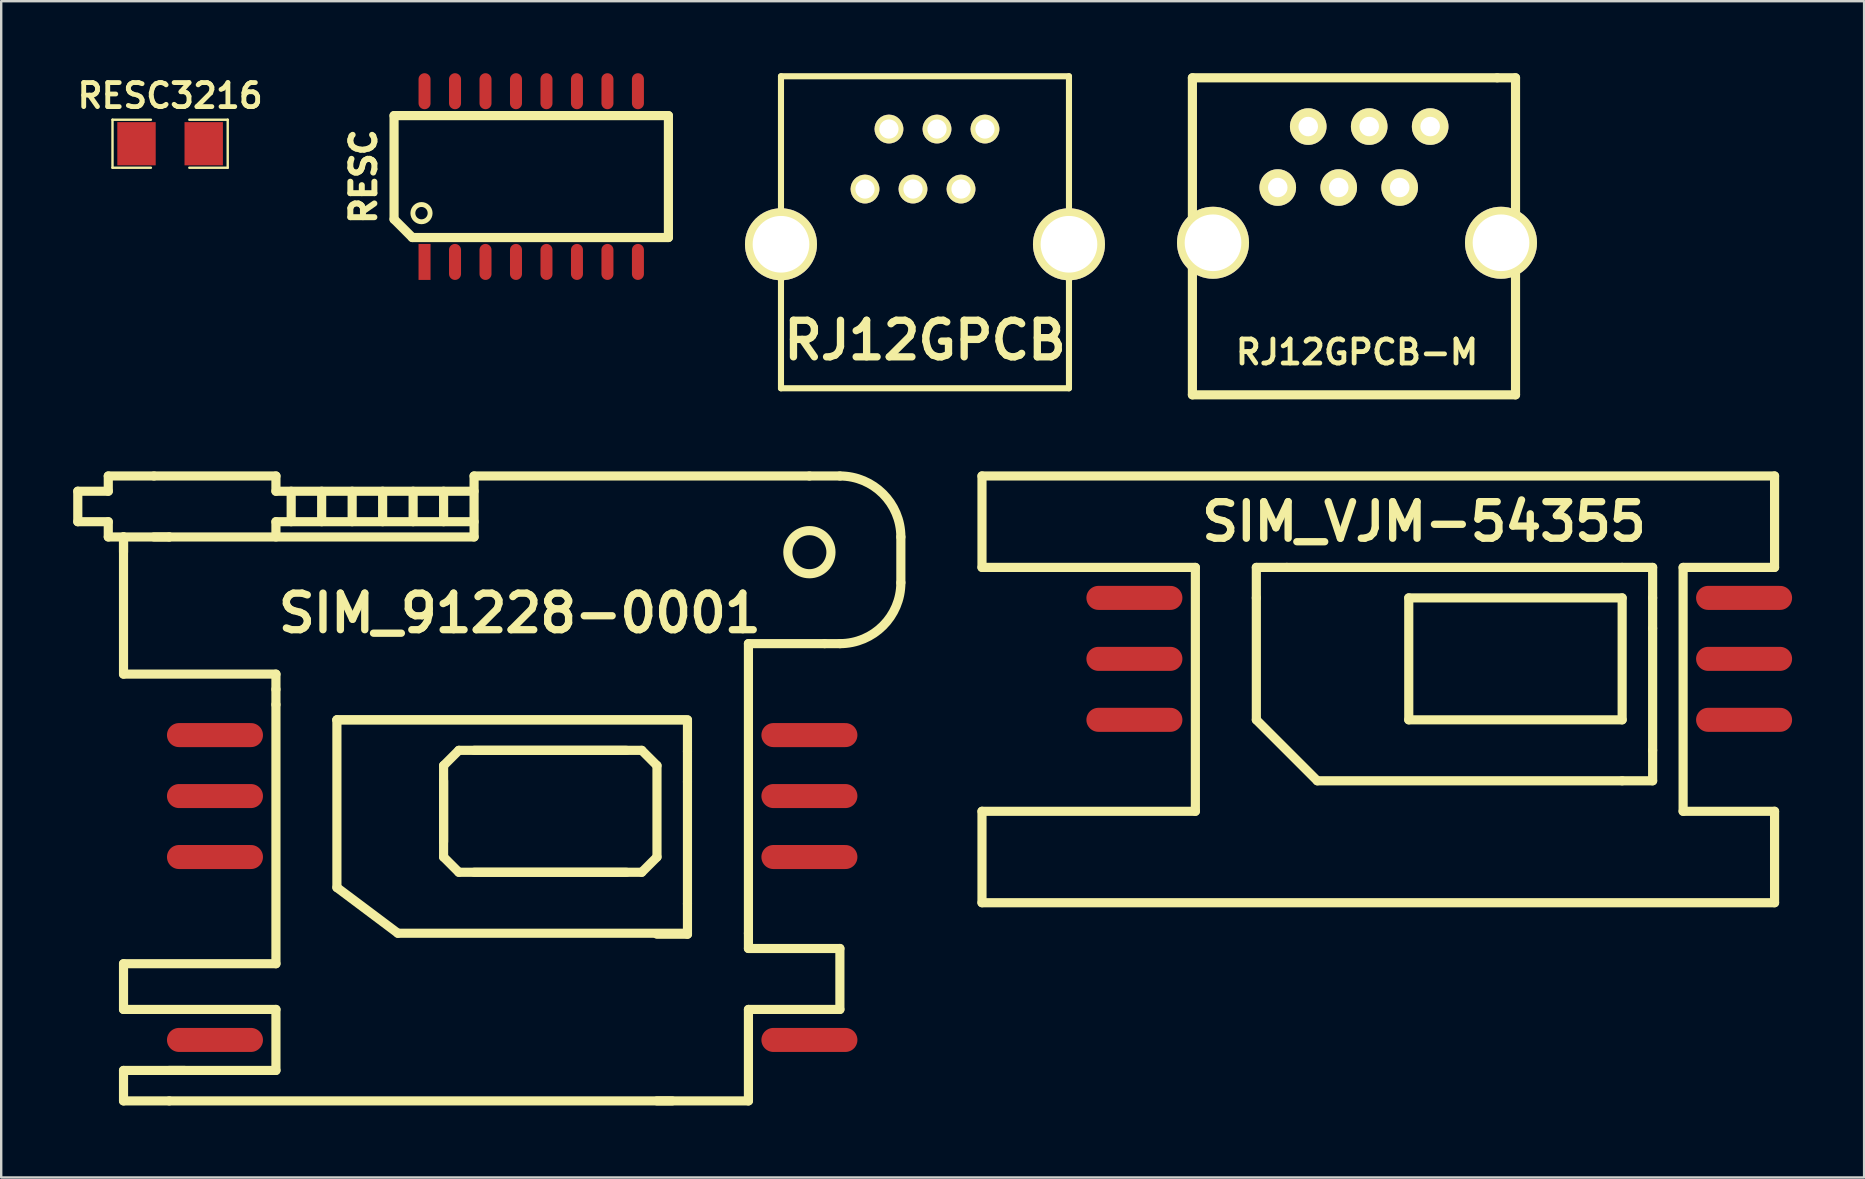
<source format=kicad_pcb>
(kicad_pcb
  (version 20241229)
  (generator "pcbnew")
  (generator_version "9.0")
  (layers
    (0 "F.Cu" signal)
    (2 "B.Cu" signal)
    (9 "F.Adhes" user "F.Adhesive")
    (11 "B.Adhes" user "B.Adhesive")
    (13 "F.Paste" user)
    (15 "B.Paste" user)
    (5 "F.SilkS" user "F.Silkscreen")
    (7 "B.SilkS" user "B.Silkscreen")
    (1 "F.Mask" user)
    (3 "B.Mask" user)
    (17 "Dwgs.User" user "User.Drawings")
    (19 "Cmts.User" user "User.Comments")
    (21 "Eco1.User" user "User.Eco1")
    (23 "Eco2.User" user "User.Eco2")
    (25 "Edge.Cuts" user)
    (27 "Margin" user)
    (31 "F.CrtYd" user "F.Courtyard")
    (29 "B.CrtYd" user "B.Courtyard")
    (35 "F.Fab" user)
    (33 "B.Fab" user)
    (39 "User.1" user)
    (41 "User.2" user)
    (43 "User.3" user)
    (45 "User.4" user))
  (footprint "RESC"
    (layer "F.Cu")
    (at 19.082 4.306)
    (property "Reference" "RESC" (at -6.985 0 90) (layer "F.SilkS") (effects (font (size 1.001 1.001) (thickness 0.249))))
    (attr through_hole)
    (fp_line (start -5.715 -2.54) (end 5.715 -2.54) (stroke (width 0.381) (type solid)) (layer "F.SilkS"))
    (fp_line (start -5.715 1.778) (end -5.715 -2.54) (stroke (width 0.381) (type solid)) (layer "F.SilkS"))
    (fp_line (start -4.953 2.54) (end -5.715 1.778) (stroke (width 0.381) (type solid)) (layer "F.SilkS"))
    (fp_line (start 5.715 -2.54) (end 5.715 2.54) (stroke (width 0.381) (type solid)) (layer "F.SilkS"))
    (fp_line (start 5.715 2.54) (end -4.953 2.54) (stroke (width 0.381) (type solid)) (layer "F.SilkS"))
    (fp_circle (center -4.572 1.524) (end -4.318 1.27) (stroke (width 0.203) (type solid)) (fill no) (layer "F.SilkS"))
    (pad "1" smd rect (at -4.445 3.556) (size 0.5 1.5) (layers "F.Cu" "F.Mask" "F.Paste"))
    (pad "2" smd oval (at -3.175 3.556) (size 0.5 1.5) (layers "F.Cu" "F.Mask" "F.Paste"))
    (pad "3" smd oval (at -1.905 3.556) (size 0.5 1.5) (layers "F.Cu" "F.Mask" "F.Paste"))
    (pad "4" smd oval (at -0.635 3.556) (size 0.5 1.5) (layers "F.Cu" "F.Mask" "F.Paste"))
    (pad "5" smd oval (at 0.635 3.556) (size 0.5 1.5) (layers "F.Cu" "F.Mask" "F.Paste"))
    (pad "6" smd oval (at 1.905 3.556) (size 0.5 1.5) (layers "F.Cu" "F.Mask" "F.Paste"))
    (pad "7" smd oval (at 3.175 3.556) (size 0.5 1.5) (layers "F.Cu" "F.Mask" "F.Paste"))
    (pad "8" smd oval (at 4.445 3.556) (size 0.5 1.5) (layers "F.Cu" "F.Mask" "F.Paste"))
    (pad "9" smd oval (at 4.445 -3.556) (size 0.5 1.5) (layers "F.Cu" "F.Mask" "F.Paste"))
    (pad "10" smd oval (at 3.175 -3.556) (size 0.5 1.5) (layers "F.Cu" "F.Mask" "F.Paste"))
    (pad "11" smd oval (at 1.905 -3.556) (size 0.5 1.5) (layers "F.Cu" "F.Mask" "F.Paste"))
    (pad "12" smd oval (at 0.635 -3.556) (size 0.5 1.5) (layers "F.Cu" "F.Mask" "F.Paste"))
    (pad "13" smd oval (at -0.635 -3.556) (size 0.5 1.5) (layers "F.Cu" "F.Mask" "F.Paste"))
    (pad "14" smd oval (at -1.905 -3.556) (size 0.5 1.5) (layers "F.Cu" "F.Mask" "F.Paste"))
    (pad "15" smd oval (at -3.175 -3.556) (size 0.5 1.5) (layers "F.Cu" "F.Mask" "F.Paste"))
    (pad "16" smd oval (at -4.445 -3.556) (size 0.5 1.5) (layers "F.Cu" "F.Mask" "F.Paste")))
  (footprint "RJ12GPCB"
    (layer "F.Cu")
    (at 35.486 7.127)
    (property "Reference" "RJ12GPCB" (at 0 4 0) (layer "F.SilkS") (effects (font (size 1.524 1.524) (thickness 0.305))))
    (attr through_hole)
    (fp_line (start -5.999 -7) (end 5.999 -7) (stroke (width 0.254) (type solid)) (layer "F.SilkS"))
    (fp_line (start -5.999 5.999) (end -5.999 -7) (stroke (width 0.254) (type solid)) (layer "F.SilkS"))
    (fp_line (start 5.999 -7) (end 5.999 5.999) (stroke (width 0.254) (type solid)) (layer "F.SilkS"))
    (fp_line (start 5.999 5.999) (end -5.999 5.999) (stroke (width 0.254) (type solid)) (layer "F.SilkS"))
    (pad "1" thru_hole circle (at 2.499 -4.801) (size 1.199 1.199) (drill 0.8) (layers "*.Cu" "*.Mask" "F.SilkS"))
    (pad "2" thru_hole circle (at 1.501 -2.301) (size 1.199 1.199) (drill 0.8) (layers "*.Cu" "*.Mask" "F.SilkS"))
    (pad "3" thru_hole circle (at 0.5 -4.801) (size 1.199 1.199) (drill 0.8) (layers "*.Cu" "*.Mask" "F.SilkS"))
    (pad "4" thru_hole circle (at -0.5 -2.301) (size 1.199 1.199) (drill 0.8) (layers "*.Cu" "*.Mask" "F.SilkS"))
    (pad "5" thru_hole circle (at -1.501 -4.801) (size 1.199 1.199) (drill 0.8) (layers "*.Cu" "*.Mask" "F.SilkS"))
    (pad "6" thru_hole circle (at -2.499 -2.301) (size 1.199 1.199) (drill 0.8) (layers "*.Cu" "*.Mask" "F.SilkS"))
    (pad "7" thru_hole circle (at -5.999 0) (size 3 3) (drill 2.36) (layers "*.Cu" "*.Mask" "F.SilkS"))
    (pad "8" thru_hole circle (at 5.999 0) (size 3 3) (drill 2.36) (layers "*.Cu" "*.Mask" "F.SilkS")))
  (footprint "SIM_91228-0001"
    (layer "F.Cu")
    (at 16.701 27.575)
    (property "Reference" "SIM_91228-0001" (at 1.905 -5.08 0) (layer "F.SilkS") (effects (font (size 1.524 1.524) (thickness 0.305))))
    (attr through_hole)
    (fp_line (start -16.51 -10.16) (end -15.24 -10.16) (stroke (width 0.381) (type solid)) (layer "F.SilkS"))
    (fp_line (start -16.51 -8.89) (end -16.51 -10.16) (stroke (width 0.381) (type solid)) (layer "F.SilkS"))
    (fp_line (start -15.24 -10.795) (end -13.335 -10.795) (stroke (width 0.381) (type solid)) (layer "F.SilkS"))
    (fp_line (start -15.24 -10.16) (end -15.24 -10.795) (stroke (width 0.381) (type solid)) (layer "F.SilkS"))
    (fp_line (start -15.24 -8.89) (end -16.51 -8.89) (stroke (width 0.381) (type solid)) (layer "F.SilkS"))
    (fp_line (start -15.24 -8.255) (end -15.24 -8.89) (stroke (width 0.381) (type solid)) (layer "F.SilkS"))
    (fp_line (start -14.605 -8.255) (end -15.24 -8.255) (stroke (width 0.381) (type solid)) (layer "F.SilkS"))
    (fp_line (start -14.605 -8.255) (end -12.7 -8.255) (stroke (width 0.381) (type solid)) (layer "F.SilkS"))
    (fp_line (start -14.605 -7.62) (end -14.605 -8.255) (stroke (width 0.381) (type solid)) (layer "F.SilkS"))
    (fp_line (start -14.605 -2.54) (end -14.605 -8.255) (stroke (width 0.381) (type solid)) (layer "F.SilkS"))
    (fp_line (start -14.605 9.525) (end -8.255 9.525) (stroke (width 0.381) (type solid)) (layer "F.SilkS"))
    (fp_line (start -14.605 11.43) (end -14.605 9.525) (stroke (width 0.381) (type solid)) (layer "F.SilkS"))
    (fp_line (start -14.605 13.97) (end -12.065 13.97) (stroke (width 0.381) (type solid)) (layer "F.SilkS"))
    (fp_line (start -14.605 15.24) (end -14.605 13.97) (stroke (width 0.381) (type solid)) (layer "F.SilkS"))
    (fp_line (start -13.335 -8.255) (end -12.7 -8.255) (stroke (width 0.381) (type solid)) (layer "F.SilkS"))
    (fp_line (start -12.7 -8.255) (end 0 -8.255) (stroke (width 0.381) (type solid)) (layer "F.SilkS"))
    (fp_line (start -12.7 13.97) (end -8.255 13.97) (stroke (width 0.381) (type solid)) (layer "F.SilkS"))
    (fp_line (start -12.7 15.24) (end -14.605 15.24) (stroke (width 0.381) (type solid)) (layer "F.SilkS"))
    (fp_line (start -8.255 -10.795) (end -13.335 -10.795) (stroke (width 0.381) (type solid)) (layer "F.SilkS"))
    (fp_line (start -8.255 -10.16) (end -8.255 -10.795) (stroke (width 0.381) (type solid)) (layer "F.SilkS"))
    (fp_line (start -8.255 -8.89) (end -8.255 -8.255) (stroke (width 0.381) (type solid)) (layer "F.SilkS"))
    (fp_line (start -8.255 -2.54) (end -14.605 -2.54) (stroke (width 0.381) (type solid)) (layer "F.SilkS"))
    (fp_line (start -8.255 -1.905) (end -8.255 -2.54) (stroke (width 0.381) (type solid)) (layer "F.SilkS"))
    (fp_line (start -8.255 -1.27) (end -8.255 -1.905) (stroke (width 0.381) (type solid)) (layer "F.SilkS"))
    (fp_line (start -8.255 9.525) (end -8.255 -1.27) (stroke (width 0.381) (type solid)) (layer "F.SilkS"))
    (fp_line (start -8.255 11.43) (end -14.605 11.43) (stroke (width 0.381) (type solid)) (layer "F.SilkS"))
    (fp_line (start -8.255 13.97) (end -8.255 11.43) (stroke (width 0.381) (type solid)) (layer "F.SilkS"))
    (fp_line (start -7.62 -8.89) (end -7.62 -10.16) (stroke (width 0.381) (type solid)) (layer "F.SilkS"))
    (fp_line (start -6.35 -8.89) (end -6.35 -10.16) (stroke (width 0.381) (type solid)) (layer "F.SilkS"))
    (fp_line (start -5.715 -0.635) (end 8.89 -0.635) (stroke (width 0.381) (type solid)) (layer "F.SilkS"))
    (fp_line (start -5.715 6.35) (end -5.715 -0.635) (stroke (width 0.381) (type solid)) (layer "F.SilkS"))
    (fp_line (start -5.08 -8.89) (end -5.08 -10.16) (stroke (width 0.381) (type solid)) (layer "F.SilkS"))
    (fp_line (start -3.81 -8.89) (end -3.81 -10.16) (stroke (width 0.381) (type solid)) (layer "F.SilkS"))
    (fp_line (start -3.175 8.255) (end -5.715 6.35) (stroke (width 0.381) (type solid)) (layer "F.SilkS"))
    (fp_line (start -2.54 -8.89) (end -2.54 -10.16) (stroke (width 0.381) (type solid)) (layer "F.SilkS"))
    (fp_line (start -1.27 -8.89) (end -1.27 -10.16) (stroke (width 0.381) (type solid)) (layer "F.SilkS"))
    (fp_line (start -1.27 1.27) (end -1.27 5.08) (stroke (width 0.381) (type solid)) (layer "F.SilkS"))
    (fp_line (start -1.27 4.445) (end -1.27 1.905) (stroke (width 0.381) (type solid)) (layer "F.SilkS"))
    (fp_line (start -1.27 5.08) (end -0.635 5.715) (stroke (width 0.381) (type solid)) (layer "F.SilkS"))
    (fp_line (start -0.635 0.635) (end -1.27 1.27) (stroke (width 0.381) (type solid)) (layer "F.SilkS"))
    (fp_line (start -0.635 5.715) (end 6.985 5.715) (stroke (width 0.381) (type solid)) (layer "F.SilkS"))
    (fp_line (start 0 -10.16) (end -8.255 -10.16) (stroke (width 0.381) (type solid)) (layer "F.SilkS"))
    (fp_line (start 0 -8.89) (end -8.255 -8.89) (stroke (width 0.381) (type solid)) (layer "F.SilkS"))
    (fp_line (start 0 -8.255) (end 0 -10.795) (stroke (width 0.381) (type solid)) (layer "F.SilkS"))
    (fp_line (start 0 0.635) (end 6.35 0.635) (stroke (width 0.381) (type solid)) (layer "F.SilkS"))
    (fp_line (start 6.35 5.715) (end 0 5.715) (stroke (width 0.381) (type solid)) (layer "F.SilkS"))
    (fp_line (start 6.985 0.635) (end -0.635 0.635) (stroke (width 0.381) (type solid)) (layer "F.SilkS"))
    (fp_line (start 6.985 5.715) (end 7.62 5.08) (stroke (width 0.381) (type solid)) (layer "F.SilkS"))
    (fp_line (start 7.62 1.27) (end 6.985 0.635) (stroke (width 0.381) (type solid)) (layer "F.SilkS"))
    (fp_line (start 7.62 5.08) (end 7.62 1.27) (stroke (width 0.381) (type solid)) (layer "F.SilkS"))
    (fp_line (start 8.255 15.24) (end -12.7 15.24) (stroke (width 0.381) (type solid)) (layer "F.SilkS"))
    (fp_line (start 8.89 -0.635) (end -5.715 -0.635) (stroke (width 0.381) (type solid)) (layer "F.SilkS"))
    (fp_line (start 8.89 0.676) (end 8.89 -0.594) (stroke (width 0.381) (type solid)) (layer "F.SilkS"))
    (fp_line (start 8.89 1.946) (end 8.89 0.676) (stroke (width 0.381) (type solid)) (layer "F.SilkS"))
    (fp_line (start 8.89 7.026) (end 8.89 1.946) (stroke (width 0.381) (type solid)) (layer "F.SilkS"))
    (fp_line (start 8.89 7.026) (end 8.89 8.296) (stroke (width 0.381) (type solid)) (layer "F.SilkS"))
    (fp_line (start 8.89 8.255) (end -3.175 8.255) (stroke (width 0.381) (type solid)) (layer "F.SilkS"))
    (fp_line (start 8.89 8.296) (end 7.62 8.296) (stroke (width 0.381) (type solid)) (layer "F.SilkS"))
    (fp_line (start 11.43 8.255) (end 11.43 -3.81) (stroke (width 0.381) (type solid)) (layer "F.SilkS"))
    (fp_line (start 11.43 8.255) (end 11.43 8.89) (stroke (width 0.381) (type solid)) (layer "F.SilkS"))
    (fp_line (start 11.43 11.43) (end 11.43 15.24) (stroke (width 0.381) (type solid)) (layer "F.SilkS"))
    (fp_line (start 11.43 11.43) (end 15.24 11.43) (stroke (width 0.381) (type solid)) (layer "F.SilkS"))
    (fp_line (start 11.43 15.24) (end 7.62 15.24) (stroke (width 0.381) (type solid)) (layer "F.SilkS"))
    (fp_line (start 13.97 -10.795) (end 0 -10.795) (stroke (width 0.381) (type solid)) (layer "F.SilkS"))
    (fp_line (start 14.605 -3.81) (end 11.43 -3.81) (stroke (width 0.381) (type solid)) (layer "F.SilkS"))
    (fp_line (start 15.24 -10.795) (end 13.97 -10.795) (stroke (width 0.381) (type solid)) (layer "F.SilkS"))
    (fp_line (start 15.24 -3.81) (end 14.605 -3.81) (stroke (width 0.381) (type solid)) (layer "F.SilkS"))
    (fp_line (start 15.24 8.89) (end 11.43 8.89) (stroke (width 0.381) (type solid)) (layer "F.SilkS"))
    (fp_line (start 15.24 11.43) (end 15.24 8.89) (stroke (width 0.381) (type solid)) (layer "F.SilkS"))
    (fp_line (start 17.78 -6.35) (end 17.78 -8.255) (stroke (width 0.381) (type solid)) (layer "F.SilkS"))
    (fp_arc (start 15.24 -10.795) (mid 17.036051 -10.051051) (end 17.78 -8.255) (stroke (width 0.381) (type solid)) (layer "F.SilkS"))
    (fp_arc (start 17.78 -6.35) (mid 17.036051 -4.553949) (end 15.24 -3.81) (stroke (width 0.381) (type solid)) (layer "F.SilkS"))
    (fp_circle (center 13.97 -7.62) (end 14.605 -6.985) (stroke (width 0.381) (type solid)) (fill no) (layer "F.SilkS"))
    (pad "1" smd oval (at 13.97 0) (size 4 1.001) (layers "F.Cu" "F.Mask" "F.Paste"))
    (pad "2" smd oval (at 13.97 2.54) (size 4 1.001) (layers "F.Cu" "F.Mask" "F.Paste"))
    (pad "3" smd oval (at 13.97 5.08) (size 4 1.001) (layers "F.Cu" "F.Mask" "F.Paste"))
    (pad "4" smd oval (at -10.795 0) (size 4 1.001) (layers "F.Cu" "F.Mask" "F.Paste"))
    (pad "5" smd oval (at -10.795 2.54) (size 4 1.001) (layers "F.Cu" "F.Mask" "F.Paste"))
    (pad "6" smd oval (at -10.795 5.08) (size 4 1.001) (layers "F.Cu" "F.Mask" "F.Paste"))
    (pad "10" smd oval (at 13.97 12.7) (size 4 1.001) (layers "F.Cu" "F.Mask" "F.Paste"))
    (pad "11" smd oval (at -10.795 12.7) (size 4 1.001) (layers "F.Cu" "F.Mask" "F.Paste")))
  (footprint "RJ12GPCB-M"
    (layer "F.Cu")
    (at 53.485 4.763)
    (property "Reference" "RJ12GPCB-M" (at 0 6.858 0) (layer "F.SilkS") (effects (font (size 1.001 1.001) (thickness 0.201))))
    (attr through_hole)
    (fp_line (start -6.858 -4.572) (end -6.858 8.636) (stroke (width 0.381) (type solid)) (layer "F.SilkS"))
    (fp_line (start -6.858 -4.572) (end 5.842 -4.572) (stroke (width 0.381) (type solid)) (layer "F.SilkS"))
    (fp_line (start -6.858 8.636) (end 6.604 8.636) (stroke (width 0.381) (type solid)) (layer "F.SilkS"))
    (fp_line (start 5.842 -4.572) (end 6.604 -4.572) (stroke (width 0.381) (type solid)) (layer "F.SilkS"))
    (fp_line (start 6.604 -4.572) (end 6.604 8.636) (stroke (width 0.381) (type solid)) (layer "F.SilkS"))
    (pad "1" thru_hole circle (at -3.302 0) (size 1.524 1.524) (drill 0.813) (layers "*.Cu" "*.Mask" "F.SilkS"))
    (pad "2" thru_hole circle (at -2.032 -2.54) (size 1.524 1.524) (drill 0.813) (layers "*.Cu" "*.Mask" "F.SilkS"))
    (pad "3" thru_hole circle (at -0.762 0) (size 1.524 1.524) (drill 0.813) (layers "*.Cu" "*.Mask" "F.SilkS"))
    (pad "4" thru_hole circle (at 0.508 -2.54) (size 1.524 1.524) (drill 0.813) (layers "*.Cu" "*.Mask" "F.SilkS"))
    (pad "5" thru_hole circle (at 1.778 0) (size 1.524 1.524) (drill 0.813) (layers "*.Cu" "*.Mask" "F.SilkS"))
    (pad "6" thru_hole circle (at 3.048 -2.54) (size 1.524 1.524) (drill 0.813) (layers "*.Cu" "*.Mask" "F.SilkS"))
    (pad "7" thru_hole circle (at -5.999 2.301) (size 3 3) (drill 2.36) (layers "*.Cu" "*.Mask" "F.SilkS"))
    (pad "8" thru_hole circle (at 5.999 2.301) (size 3 3) (drill 2.36) (layers "*.Cu" "*.Mask" "F.SilkS")))
  (footprint "RESC3216"
    (layer "F.Cu")
    (at 4.037 2.938)
    (property "Reference" "RESC3216" (at 0 -2 0) (layer "F.SilkS") (effects (font (size 1.001 1.001) (thickness 0.201))))
    (attr smd)
    (fp_line (start -2.4 -1) (end -0.8 -1) (stroke (width 0.1) (type solid)) (layer "F.SilkS"))
    (fp_line (start -2.4 1) (end -2.4 -1) (stroke (width 0.1) (type solid)) (layer "F.SilkS"))
    (fp_line (start -0.8 1) (end -2.4 1) (stroke (width 0.1) (type solid)) (layer "F.SilkS"))
    (fp_line (start 0.8 -1) (end 2.4 -1) (stroke (width 0.1) (type solid)) (layer "F.SilkS"))
    (fp_line (start 2.4 -1) (end 2.4 1) (stroke (width 0.1) (type solid)) (layer "F.SilkS"))
    (fp_line (start 2.4 1) (end 0.8 1) (stroke (width 0.1) (type solid)) (layer "F.SilkS"))
    (pad "1" smd rect (at -1.4 0) (size 1.6 1.8) (layers "F.Cu" "F.Mask" "F.Paste"))
    (pad "2" smd rect (at 1.4 0) (size 1.6 1.8) (layers "F.Cu" "F.Mask" "F.Paste")))
  (footprint "SIM_VJM-54355"
    (layer "F.Cu")
    (at 56.911 25.669)
    (property "Reference" "SIM_VJM-54355" (at -0.635 -6.985 0) (layer "F.SilkS") (effects (font (size 1.524 1.524) (thickness 0.305))))
    (attr through_hole)
    (fp_line (start -19.05 -8.89) (end -19.05 -5.08) (stroke (width 0.381) (type solid)) (layer "F.SilkS"))
    (fp_line (start -19.05 -5.08) (end -10.16 -5.08) (stroke (width 0.381) (type solid)) (layer "F.SilkS"))
    (fp_line (start -19.05 5.08) (end -19.05 8.89) (stroke (width 0.381) (type solid)) (layer "F.SilkS"))
    (fp_line (start -19.05 8.89) (end 13.97 8.89) (stroke (width 0.381) (type solid)) (layer "F.SilkS"))
    (fp_line (start -10.16 -5.08) (end -10.16 5.08) (stroke (width 0.381) (type solid)) (layer "F.SilkS"))
    (fp_line (start -10.16 5.08) (end -19.05 5.08) (stroke (width 0.381) (type solid)) (layer "F.SilkS"))
    (fp_line (start -7.62 -5.08) (end -7.62 -3.81) (stroke (width 0.381) (type solid)) (layer "F.SilkS"))
    (fp_line (start -7.62 -3.81) (end -7.62 1.27) (stroke (width 0.381) (type solid)) (layer "F.SilkS"))
    (fp_line (start -7.62 1.27) (end -5.08 3.81) (stroke (width 0.381) (type solid)) (layer "F.SilkS"))
    (fp_line (start -6.35 -5.08) (end -7.62 -5.08) (stroke (width 0.381) (type solid)) (layer "F.SilkS"))
    (fp_line (start -5.08 3.81) (end 7.62 3.81) (stroke (width 0.381) (type solid)) (layer "F.SilkS"))
    (fp_line (start -1.27 -3.81) (end -1.27 1.27) (stroke (width 0.381) (type solid)) (layer "F.SilkS"))
    (fp_line (start -1.27 1.27) (end 7.62 1.27) (stroke (width 0.381) (type solid)) (layer "F.SilkS"))
    (fp_line (start 7.62 -5.08) (end -6.35 -5.08) (stroke (width 0.381) (type solid)) (layer "F.SilkS"))
    (fp_line (start 7.62 -3.81) (end -1.27 -3.81) (stroke (width 0.381) (type solid)) (layer "F.SilkS"))
    (fp_line (start 7.62 1.27) (end 7.62 -3.81) (stroke (width 0.381) (type solid)) (layer "F.SilkS"))
    (fp_line (start 8.89 -5.08) (end 7.62 -5.08) (stroke (width 0.381) (type solid)) (layer "F.SilkS"))
    (fp_line (start 8.89 -3.81) (end 8.89 -5.08) (stroke (width 0.381) (type solid)) (layer "F.SilkS"))
    (fp_line (start 8.89 -2.54) (end 8.89 -3.81) (stroke (width 0.381) (type solid)) (layer "F.SilkS"))
    (fp_line (start 8.89 2.54) (end 8.89 -2.54) (stroke (width 0.381) (type solid)) (layer "F.SilkS"))
    (fp_line (start 8.89 2.54) (end 8.89 3.81) (stroke (width 0.381) (type solid)) (layer "F.SilkS"))
    (fp_line (start 8.89 3.81) (end 7.62 3.81) (stroke (width 0.381) (type solid)) (layer "F.SilkS"))
    (fp_line (start 10.16 -5.08) (end 13.97 -5.08) (stroke (width 0.381) (type solid)) (layer "F.SilkS"))
    (fp_line (start 10.16 5.08) (end 10.16 -5.08) (stroke (width 0.381) (type solid)) (layer "F.SilkS"))
    (fp_line (start 13.97 -8.89) (end -19.05 -8.89) (stroke (width 0.381) (type solid)) (layer "F.SilkS"))
    (fp_line (start 13.97 -5.08) (end 13.97 -8.89) (stroke (width 0.381) (type solid)) (layer "F.SilkS"))
    (fp_line (start 13.97 5.08) (end 10.16 5.08) (stroke (width 0.381) (type solid)) (layer "F.SilkS"))
    (fp_line (start 13.97 8.89) (end 13.97 5.08) (stroke (width 0.381) (type solid)) (layer "F.SilkS"))
    (pad "1" smd oval (at 12.7 -3.81) (size 4 1.001) (layers "F.Cu" "F.Mask" "F.Paste"))
    (pad "2" smd oval (at 12.7 -1.27) (size 4 1.001) (layers "F.Cu" "F.Mask" "F.Paste"))
    (pad "3" smd oval (at 12.7 1.27) (size 4 1.001) (layers "F.Cu" "F.Mask" "F.Paste"))
    (pad "4" smd oval (at -12.7 -3.81) (size 4 1.001) (layers "F.Cu" "F.Mask" "F.Paste"))
    (pad "5" smd oval (at -12.7 -1.27) (size 4 1.001) (layers "F.Cu" "F.Mask" "F.Paste"))
    (pad "6" smd oval (at -12.7 1.27) (size 4 1.001) (layers "F.Cu" "F.Mask" "F.Paste")))
  (gr_rect
    (start -3 -3)
    (end 74.612 46.005)
    (stroke (width 0.1) (type default))
    (fill no)
    (layer "Edge.Cuts")))
</source>
